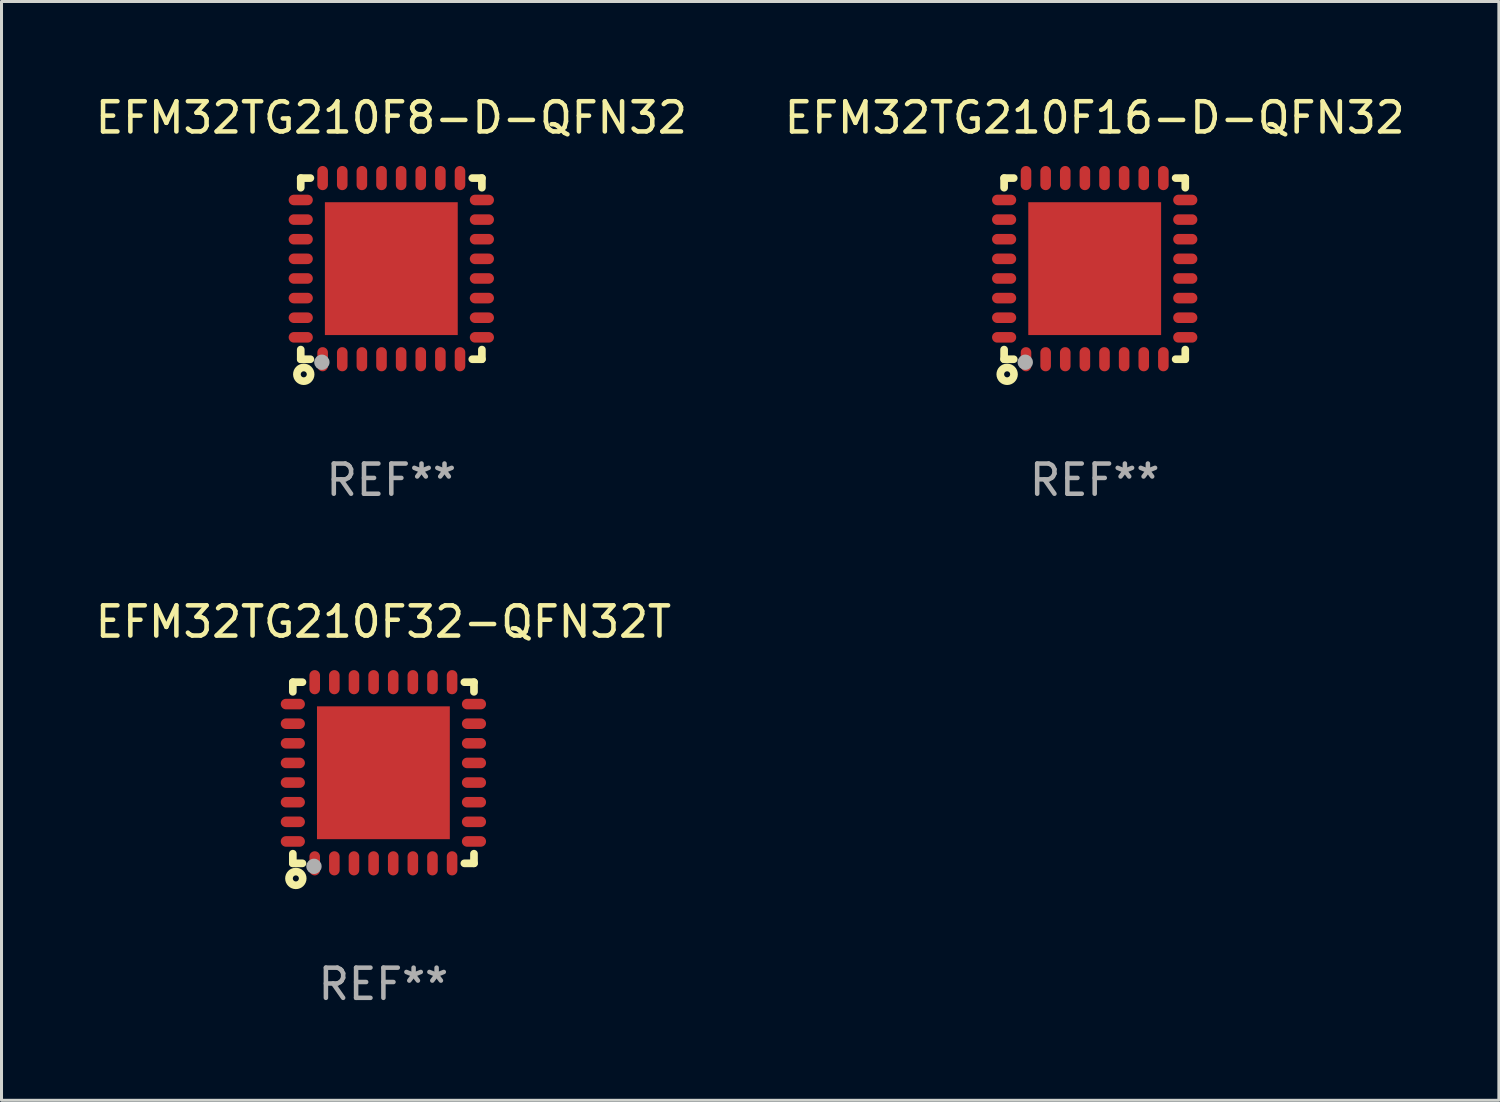
<source format=kicad_pcb>
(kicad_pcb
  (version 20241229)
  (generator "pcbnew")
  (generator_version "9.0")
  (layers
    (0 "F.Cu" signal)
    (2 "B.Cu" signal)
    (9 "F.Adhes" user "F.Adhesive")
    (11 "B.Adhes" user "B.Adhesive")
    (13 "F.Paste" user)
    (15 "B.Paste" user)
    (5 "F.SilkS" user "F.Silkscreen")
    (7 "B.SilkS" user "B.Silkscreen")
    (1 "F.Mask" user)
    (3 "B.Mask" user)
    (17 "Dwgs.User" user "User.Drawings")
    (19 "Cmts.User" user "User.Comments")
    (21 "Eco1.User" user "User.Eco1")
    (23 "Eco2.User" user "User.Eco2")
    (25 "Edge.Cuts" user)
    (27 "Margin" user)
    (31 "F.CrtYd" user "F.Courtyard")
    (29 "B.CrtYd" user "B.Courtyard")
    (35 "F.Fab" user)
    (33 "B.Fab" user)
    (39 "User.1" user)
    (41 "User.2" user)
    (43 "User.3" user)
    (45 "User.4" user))
  (footprint "EFM32TG210F8-D-QFN32"
    (layer "F.Cu")
    (at 9.911 5.848)
    (property "Reference" "EFM32TG210F8-D-QFN32" (at 0 -5 0) (layer "F.SilkS") (effects (font (size 1 1) (thickness 0.15))))
    (attr through_hole)
    (fp_line (start -3 -3) (end -3 -2.681) (stroke (width 0.254) (type solid)) (layer "F.SilkS"))
    (fp_line (start -3 -3) (end -2.681 -3) (stroke (width 0.254) (type solid)) (layer "F.SilkS"))
    (fp_line (start -3 2.681) (end -3 3) (stroke (width 0.254) (type solid)) (layer "F.SilkS"))
    (fp_line (start -3 3) (end -2.681 3) (stroke (width 0.254) (type solid)) (layer "F.SilkS"))
    (fp_line (start 2.681 -3) (end 3 -3) (stroke (width 0.254) (type solid)) (layer "F.SilkS"))
    (fp_line (start 2.681 3) (end 3 3) (stroke (width 0.254) (type solid)) (layer "F.SilkS"))
    (fp_line (start 3 -3) (end 3 -2.681) (stroke (width 0.254) (type solid)) (layer "F.SilkS"))
    (fp_line (start 3 2.681) (end 3 3) (stroke (width 0.254) (type solid)) (layer "F.SilkS"))
    (fp_circle (center -3 3) (end -2.97 3) (stroke (width 0.06) (type solid)) (fill no) (layer "F.SilkS"))
    (fp_circle (center -2.9 3.5) (end -2.8 3.5) (stroke (width 0.254) (type solid)) (fill no) (layer "F.SilkS"))
    (fp_circle (center -2.3 3.1) (end -2.173 3.1) (stroke (width 0.254) (type solid)) (fill no) (layer "F.Fab"))
    (fp_text user "REF**" (at 0 7 0) (layer "F.Fab") (effects (font (size 1 1) (thickness 0.15))))
    (pad "1" smd oval (at -2.275 3 180) (size 0.35 0.8) (layers "F.Cu" "F.Mask" "F.Paste"))
    (pad "2" smd oval (at -1.625 3 180) (size 0.35 0.8) (layers "F.Cu" "F.Mask" "F.Paste"))
    (pad "3" smd oval (at -0.975 3 180) (size 0.35 0.8) (layers "F.Cu" "F.Mask" "F.Paste"))
    (pad "4" smd oval (at -0.325 3 180) (size 0.35 0.8) (layers "F.Cu" "F.Mask" "F.Paste"))
    (pad "5" smd oval (at 0.325 3 180) (size 0.35 0.8) (layers "F.Cu" "F.Mask" "F.Paste"))
    (pad "6" smd oval (at 0.975 3 180) (size 0.35 0.8) (layers "F.Cu" "F.Mask" "F.Paste"))
    (pad "7" smd oval (at 1.625 3 180) (size 0.35 0.8) (layers "F.Cu" "F.Mask" "F.Paste"))
    (pad "8" smd oval (at 2.275 3 180) (size 0.35 0.8) (layers "F.Cu" "F.Mask" "F.Paste"))
    (pad "9" smd oval (at 3 2.275 90) (size 0.35 0.8) (layers "F.Cu" "F.Mask" "F.Paste"))
    (pad "10" smd oval (at 3 1.625 90) (size 0.35 0.8) (layers "F.Cu" "F.Mask" "F.Paste"))
    (pad "11" smd oval (at 3 0.975 90) (size 0.35 0.8) (layers "F.Cu" "F.Mask" "F.Paste"))
    (pad "12" smd oval (at 3 0.325 90) (size 0.35 0.8) (layers "F.Cu" "F.Mask" "F.Paste"))
    (pad "13" smd oval (at 3 -0.325 90) (size 0.35 0.8) (layers "F.Cu" "F.Mask" "F.Paste"))
    (pad "14" smd oval (at 3 -0.975 90) (size 0.35 0.8) (layers "F.Cu" "F.Mask" "F.Paste"))
    (pad "15" smd oval (at 3 -1.625 90) (size 0.35 0.8) (layers "F.Cu" "F.Mask" "F.Paste"))
    (pad "16" smd oval (at 3 -2.275 90) (size 0.35 0.8) (layers "F.Cu" "F.Mask" "F.Paste"))
    (pad "17" smd oval (at 2.275 -3 180) (size 0.35 0.8) (layers "F.Cu" "F.Mask" "F.Paste"))
    (pad "18" smd oval (at 1.625 -3 180) (size 0.35 0.8) (layers "F.Cu" "F.Mask" "F.Paste"))
    (pad "19" smd oval (at 0.975 -3 180) (size 0.35 0.8) (layers "F.Cu" "F.Mask" "F.Paste"))
    (pad "20" smd oval (at 0.325 -3 180) (size 0.35 0.8) (layers "F.Cu" "F.Mask" "F.Paste"))
    (pad "21" smd oval (at -0.325 -3 180) (size 0.35 0.8) (layers "F.Cu" "F.Mask" "F.Paste"))
    (pad "22" smd oval (at -0.975 -3 180) (size 0.35 0.8) (layers "F.Cu" "F.Mask" "F.Paste"))
    (pad "23" smd oval (at -1.625 -3 180) (size 0.35 0.8) (layers "F.Cu" "F.Mask" "F.Paste"))
    (pad "24" smd oval (at -2.275 -3 180) (size 0.35 0.8) (layers "F.Cu" "F.Mask" "F.Paste"))
    (pad "25" smd oval (at -3 -2.275 90) (size 0.35 0.8) (layers "F.Cu" "F.Mask" "F.Paste"))
    (pad "26" smd oval (at -3 -1.625 90) (size 0.35 0.8) (layers "F.Cu" "F.Mask" "F.Paste"))
    (pad "27" smd oval (at -3 -0.975 90) (size 0.35 0.8) (layers "F.Cu" "F.Mask" "F.Paste"))
    (pad "28" smd oval (at -3 -0.325 90) (size 0.35 0.8) (layers "F.Cu" "F.Mask" "F.Paste"))
    (pad "29" smd oval (at -3 0.325 90) (size 0.35 0.8) (layers "F.Cu" "F.Mask" "F.Paste"))
    (pad "30" smd oval (at -3 0.975 90) (size 0.35 0.8) (layers "F.Cu" "F.Mask" "F.Paste"))
    (pad "31" smd oval (at -3 1.625 90) (size 0.35 0.8) (layers "F.Cu" "F.Mask" "F.Paste"))
    (pad "32" smd oval (at -3 2.275 90) (size 0.35 0.8) (layers "F.Cu" "F.Mask" "F.Paste"))
    (pad "33" smd rect (at 0.000038 0.000038 90) (size 4.4 4.4) (layers "F.Cu" "F.Mask" "F.Paste")))
  (footprint "EFM32TG210F32-QFN32T"
    (layer "F.Cu")
    (at 9.649 22.545)
    (property "Reference" "EFM32TG210F32-QFN32T" (at 0 -5 0) (layer "F.SilkS") (effects (font (size 1 1) (thickness 0.15))))
    (attr through_hole)
    (fp_line (start -3 -3) (end -3 -2.681) (stroke (width 0.254) (type solid)) (layer "F.SilkS"))
    (fp_line (start -3 -3) (end -2.681 -3) (stroke (width 0.254) (type solid)) (layer "F.SilkS"))
    (fp_line (start -3 2.681) (end -3 3) (stroke (width 0.254) (type solid)) (layer "F.SilkS"))
    (fp_line (start -3 3) (end -2.681 3) (stroke (width 0.254) (type solid)) (layer "F.SilkS"))
    (fp_line (start 2.681 -3) (end 3 -3) (stroke (width 0.254) (type solid)) (layer "F.SilkS"))
    (fp_line (start 2.681 3) (end 3 3) (stroke (width 0.254) (type solid)) (layer "F.SilkS"))
    (fp_line (start 3 -3) (end 3 -2.681) (stroke (width 0.254) (type solid)) (layer "F.SilkS"))
    (fp_line (start 3 2.681) (end 3 3) (stroke (width 0.254) (type solid)) (layer "F.SilkS"))
    (fp_circle (center -3 3) (end -2.97 3) (stroke (width 0.06) (type solid)) (fill no) (layer "F.SilkS"))
    (fp_circle (center -2.9 3.5) (end -2.8 3.5) (stroke (width 0.254) (type solid)) (fill no) (layer "F.SilkS"))
    (fp_circle (center -2.3 3.1) (end -2.173 3.1) (stroke (width 0.254) (type solid)) (fill no) (layer "F.Fab"))
    (fp_text user "REF**" (at 0 7 0) (layer "F.Fab") (effects (font (size 1 1) (thickness 0.15))))
    (pad "1" smd oval (at -2.275 3 180) (size 0.35 0.8) (layers "F.Cu" "F.Mask" "F.Paste"))
    (pad "2" smd oval (at -1.625 3 180) (size 0.35 0.8) (layers "F.Cu" "F.Mask" "F.Paste"))
    (pad "3" smd oval (at -0.975 3 180) (size 0.35 0.8) (layers "F.Cu" "F.Mask" "F.Paste"))
    (pad "4" smd oval (at -0.325 3 180) (size 0.35 0.8) (layers "F.Cu" "F.Mask" "F.Paste"))
    (pad "5" smd oval (at 0.325 3 180) (size 0.35 0.8) (layers "F.Cu" "F.Mask" "F.Paste"))
    (pad "6" smd oval (at 0.975 3 180) (size 0.35 0.8) (layers "F.Cu" "F.Mask" "F.Paste"))
    (pad "7" smd oval (at 1.625 3 180) (size 0.35 0.8) (layers "F.Cu" "F.Mask" "F.Paste"))
    (pad "8" smd oval (at 2.275 3 180) (size 0.35 0.8) (layers "F.Cu" "F.Mask" "F.Paste"))
    (pad "9" smd oval (at 3 2.275 90) (size 0.35 0.8) (layers "F.Cu" "F.Mask" "F.Paste"))
    (pad "10" smd oval (at 3 1.625 90) (size 0.35 0.8) (layers "F.Cu" "F.Mask" "F.Paste"))
    (pad "11" smd oval (at 3 0.975 90) (size 0.35 0.8) (layers "F.Cu" "F.Mask" "F.Paste"))
    (pad "12" smd oval (at 3 0.325 90) (size 0.35 0.8) (layers "F.Cu" "F.Mask" "F.Paste"))
    (pad "13" smd oval (at 3 -0.325 90) (size 0.35 0.8) (layers "F.Cu" "F.Mask" "F.Paste"))
    (pad "14" smd oval (at 3 -0.975 90) (size 0.35 0.8) (layers "F.Cu" "F.Mask" "F.Paste"))
    (pad "15" smd oval (at 3 -1.625 90) (size 0.35 0.8) (layers "F.Cu" "F.Mask" "F.Paste"))
    (pad "16" smd oval (at 3 -2.275 90) (size 0.35 0.8) (layers "F.Cu" "F.Mask" "F.Paste"))
    (pad "17" smd oval (at 2.275 -3 180) (size 0.35 0.8) (layers "F.Cu" "F.Mask" "F.Paste"))
    (pad "18" smd oval (at 1.625 -3 180) (size 0.35 0.8) (layers "F.Cu" "F.Mask" "F.Paste"))
    (pad "19" smd oval (at 0.975 -3 180) (size 0.35 0.8) (layers "F.Cu" "F.Mask" "F.Paste"))
    (pad "20" smd oval (at 0.325 -3 180) (size 0.35 0.8) (layers "F.Cu" "F.Mask" "F.Paste"))
    (pad "21" smd oval (at -0.325 -3 180) (size 0.35 0.8) (layers "F.Cu" "F.Mask" "F.Paste"))
    (pad "22" smd oval (at -0.975 -3 180) (size 0.35 0.8) (layers "F.Cu" "F.Mask" "F.Paste"))
    (pad "23" smd oval (at -1.625 -3 180) (size 0.35 0.8) (layers "F.Cu" "F.Mask" "F.Paste"))
    (pad "24" smd oval (at -2.275 -3 180) (size 0.35 0.8) (layers "F.Cu" "F.Mask" "F.Paste"))
    (pad "25" smd oval (at -3 -2.275 90) (size 0.35 0.8) (layers "F.Cu" "F.Mask" "F.Paste"))
    (pad "26" smd oval (at -3 -1.625 90) (size 0.35 0.8) (layers "F.Cu" "F.Mask" "F.Paste"))
    (pad "27" smd oval (at -3 -0.975 90) (size 0.35 0.8) (layers "F.Cu" "F.Mask" "F.Paste"))
    (pad "28" smd oval (at -3 -0.325 90) (size 0.35 0.8) (layers "F.Cu" "F.Mask" "F.Paste"))
    (pad "29" smd oval (at -3 0.325 90) (size 0.35 0.8) (layers "F.Cu" "F.Mask" "F.Paste"))
    (pad "30" smd oval (at -3 0.975 90) (size 0.35 0.8) (layers "F.Cu" "F.Mask" "F.Paste"))
    (pad "31" smd oval (at -3 1.625 90) (size 0.35 0.8) (layers "F.Cu" "F.Mask" "F.Paste"))
    (pad "32" smd oval (at -3 2.275 90) (size 0.35 0.8) (layers "F.Cu" "F.Mask" "F.Paste"))
    (pad "33" smd rect (at 0.000038 0.000038 90) (size 4.4 4.4) (layers "F.Cu" "F.Mask" "F.Paste")))
  (footprint "EFM32TG210F16-D-QFN32"
    (layer "F.Cu")
    (at 33.208 5.848)
    (property "Reference" "EFM32TG210F16-D-QFN32" (at 0 -5 0) (layer "F.SilkS") (effects (font (size 1 1) (thickness 0.15))))
    (attr through_hole)
    (fp_line (start -3 -3) (end -3 -2.681) (stroke (width 0.254) (type solid)) (layer "F.SilkS"))
    (fp_line (start -3 -3) (end -2.681 -3) (stroke (width 0.254) (type solid)) (layer "F.SilkS"))
    (fp_line (start -3 2.681) (end -3 3) (stroke (width 0.254) (type solid)) (layer "F.SilkS"))
    (fp_line (start -3 3) (end -2.681 3) (stroke (width 0.254) (type solid)) (layer "F.SilkS"))
    (fp_line (start 2.681 -3) (end 3 -3) (stroke (width 0.254) (type solid)) (layer "F.SilkS"))
    (fp_line (start 2.681 3) (end 3 3) (stroke (width 0.254) (type solid)) (layer "F.SilkS"))
    (fp_line (start 3 -3) (end 3 -2.681) (stroke (width 0.254) (type solid)) (layer "F.SilkS"))
    (fp_line (start 3 2.681) (end 3 3) (stroke (width 0.254) (type solid)) (layer "F.SilkS"))
    (fp_circle (center -3 3) (end -2.97 3) (stroke (width 0.06) (type solid)) (fill no) (layer "F.SilkS"))
    (fp_circle (center -2.9 3.5) (end -2.8 3.5) (stroke (width 0.254) (type solid)) (fill no) (layer "F.SilkS"))
    (fp_circle (center -2.3 3.1) (end -2.173 3.1) (stroke (width 0.254) (type solid)) (fill no) (layer "F.Fab"))
    (fp_text user "REF**" (at 0 7 0) (layer "F.Fab") (effects (font (size 1 1) (thickness 0.15))))
    (pad "1" smd oval (at -2.275 3 180) (size 0.35 0.8) (layers "F.Cu" "F.Mask" "F.Paste"))
    (pad "2" smd oval (at -1.625 3 180) (size 0.35 0.8) (layers "F.Cu" "F.Mask" "F.Paste"))
    (pad "3" smd oval (at -0.975 3 180) (size 0.35 0.8) (layers "F.Cu" "F.Mask" "F.Paste"))
    (pad "4" smd oval (at -0.325 3 180) (size 0.35 0.8) (layers "F.Cu" "F.Mask" "F.Paste"))
    (pad "5" smd oval (at 0.325 3 180) (size 0.35 0.8) (layers "F.Cu" "F.Mask" "F.Paste"))
    (pad "6" smd oval (at 0.975 3 180) (size 0.35 0.8) (layers "F.Cu" "F.Mask" "F.Paste"))
    (pad "7" smd oval (at 1.625 3 180) (size 0.35 0.8) (layers "F.Cu" "F.Mask" "F.Paste"))
    (pad "8" smd oval (at 2.275 3 180) (size 0.35 0.8) (layers "F.Cu" "F.Mask" "F.Paste"))
    (pad "9" smd oval (at 3 2.275 90) (size 0.35 0.8) (layers "F.Cu" "F.Mask" "F.Paste"))
    (pad "10" smd oval (at 3 1.625 90) (size 0.35 0.8) (layers "F.Cu" "F.Mask" "F.Paste"))
    (pad "11" smd oval (at 3 0.975 90) (size 0.35 0.8) (layers "F.Cu" "F.Mask" "F.Paste"))
    (pad "12" smd oval (at 3 0.325 90) (size 0.35 0.8) (layers "F.Cu" "F.Mask" "F.Paste"))
    (pad "13" smd oval (at 3 -0.325 90) (size 0.35 0.8) (layers "F.Cu" "F.Mask" "F.Paste"))
    (pad "14" smd oval (at 3 -0.975 90) (size 0.35 0.8) (layers "F.Cu" "F.Mask" "F.Paste"))
    (pad "15" smd oval (at 3 -1.625 90) (size 0.35 0.8) (layers "F.Cu" "F.Mask" "F.Paste"))
    (pad "16" smd oval (at 3 -2.275 90) (size 0.35 0.8) (layers "F.Cu" "F.Mask" "F.Paste"))
    (pad "17" smd oval (at 2.275 -3 180) (size 0.35 0.8) (layers "F.Cu" "F.Mask" "F.Paste"))
    (pad "18" smd oval (at 1.625 -3 180) (size 0.35 0.8) (layers "F.Cu" "F.Mask" "F.Paste"))
    (pad "19" smd oval (at 0.975 -3 180) (size 0.35 0.8) (layers "F.Cu" "F.Mask" "F.Paste"))
    (pad "20" smd oval (at 0.325 -3 180) (size 0.35 0.8) (layers "F.Cu" "F.Mask" "F.Paste"))
    (pad "21" smd oval (at -0.325 -3 180) (size 0.35 0.8) (layers "F.Cu" "F.Mask" "F.Paste"))
    (pad "22" smd oval (at -0.975 -3 180) (size 0.35 0.8) (layers "F.Cu" "F.Mask" "F.Paste"))
    (pad "23" smd oval (at -1.625 -3 180) (size 0.35 0.8) (layers "F.Cu" "F.Mask" "F.Paste"))
    (pad "24" smd oval (at -2.275 -3 180) (size 0.35 0.8) (layers "F.Cu" "F.Mask" "F.Paste"))
    (pad "25" smd oval (at -3 -2.275 90) (size 0.35 0.8) (layers "F.Cu" "F.Mask" "F.Paste"))
    (pad "26" smd oval (at -3 -1.625 90) (size 0.35 0.8) (layers "F.Cu" "F.Mask" "F.Paste"))
    (pad "27" smd oval (at -3 -0.975 90) (size 0.35 0.8) (layers "F.Cu" "F.Mask" "F.Paste"))
    (pad "28" smd oval (at -3 -0.325 90) (size 0.35 0.8) (layers "F.Cu" "F.Mask" "F.Paste"))
    (pad "29" smd oval (at -3 0.325 90) (size 0.35 0.8) (layers "F.Cu" "F.Mask" "F.Paste"))
    (pad "30" smd oval (at -3 0.975 90) (size 0.35 0.8) (layers "F.Cu" "F.Mask" "F.Paste"))
    (pad "31" smd oval (at -3 1.625 90) (size 0.35 0.8) (layers "F.Cu" "F.Mask" "F.Paste"))
    (pad "32" smd oval (at -3 2.275 90) (size 0.35 0.8) (layers "F.Cu" "F.Mask" "F.Paste"))
    (pad "33" smd rect (at 0.000038 0.000038 90) (size 4.4 4.4) (layers "F.Cu" "F.Mask" "F.Paste")))
  (gr_rect
    (start -3 -3)
    (end 46.595 33.393)
    (stroke (width 0.1) (type default))
    (fill no)
    (layer "Edge.Cuts")))
</source>
